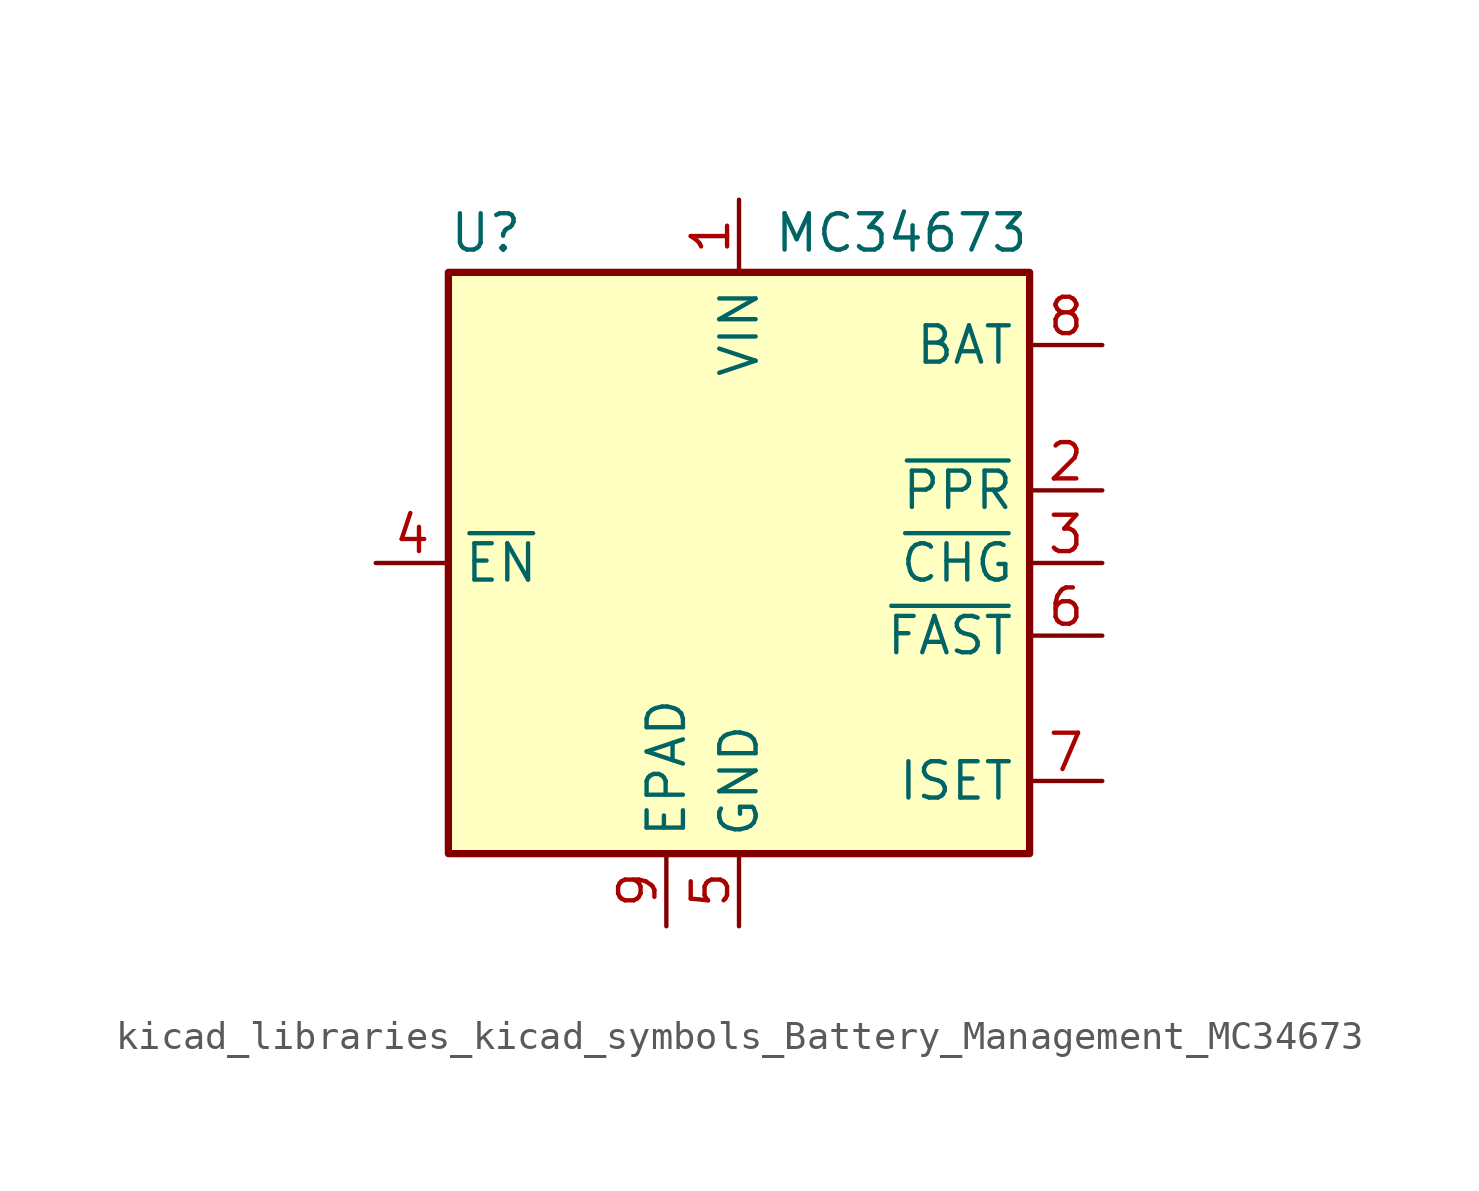
<source format=kicad_sym>
(kicad_symbol_lib
  (version 20220914)
  (generator kicad_symbol_editor)
  (symbol "kicad_libraries_kicad_symbols_Battery_Management_MC34673"
    (property "Reference" "U"
      (at -10.16 10.795 0)
      (effects (font (size 1.27 1.27)) (justify left bottom)))
    (property "Value" "MC34673"
      (at 10.16 10.795 0)
      (effects (font (size 1.27 1.27)) (justify right bottom)))
    (symbol "kicad_libraries_kicad_symbols_Battery_Management_MC34673_0_1"
      (rectangle (start -10.16 10.16) (end 10.16 -10.16) (stroke (width 0.254) (type default)) (fill (type background))))
    (symbol "kicad_libraries_kicad_symbols_Battery_Management_MC34673_1_1"
      (pin power_in line (at 0 12.7 270) (length 2.54) (name "VIN" (effects (font (size 1.27 1.27)))) (number "1" (effects (font (size 1.27 1.27)))))
      (pin open_collector line (at 12.7 2.54 180) (length 2.54) (name "~{PPR}" (effects (font (size 1.27 1.27)))) (number "2" (effects (font (size 1.27 1.27)))))
      (pin open_collector line (at 12.7 0 180) (length 2.54) (name "~{CHG}" (effects (font (size 1.27 1.27)))) (number "3" (effects (font (size 1.27 1.27)))))
      (pin input line (at -12.7 0 0) (length 2.54) (name "~{EN}" (effects (font (size 1.27 1.27)))) (number "4" (effects (font (size 1.27 1.27)))))
      (pin power_in line (at 0 -12.7 90) (length 2.54) (name "GND" (effects (font (size 1.27 1.27)))) (number "5" (effects (font (size 1.27 1.27)))))
      (pin open_collector line (at 12.7 -2.54 180) (length 2.54) (name "~{FAST}" (effects (font (size 1.27 1.27)))) (number "6" (effects (font (size 1.27 1.27)))))
      (pin output line (at 12.7 -7.62 180) (length 2.54) (name "ISET" (effects (font (size 1.27 1.27)))) (number "7" (effects (font (size 1.27 1.27)))))
      (pin power_out line (at 12.7 7.62 180) (length 2.54) (name "BAT" (effects (font (size 1.27 1.27)))) (number "8" (effects (font (size 1.27 1.27)))))
      (pin power_in line (at -2.54 -12.7 90) (length 2.54) (name "EPAD" (effects (font (size 1.27 1.27)))) (number "9" (effects (font (size 1.27 1.27))))))))
</source>
